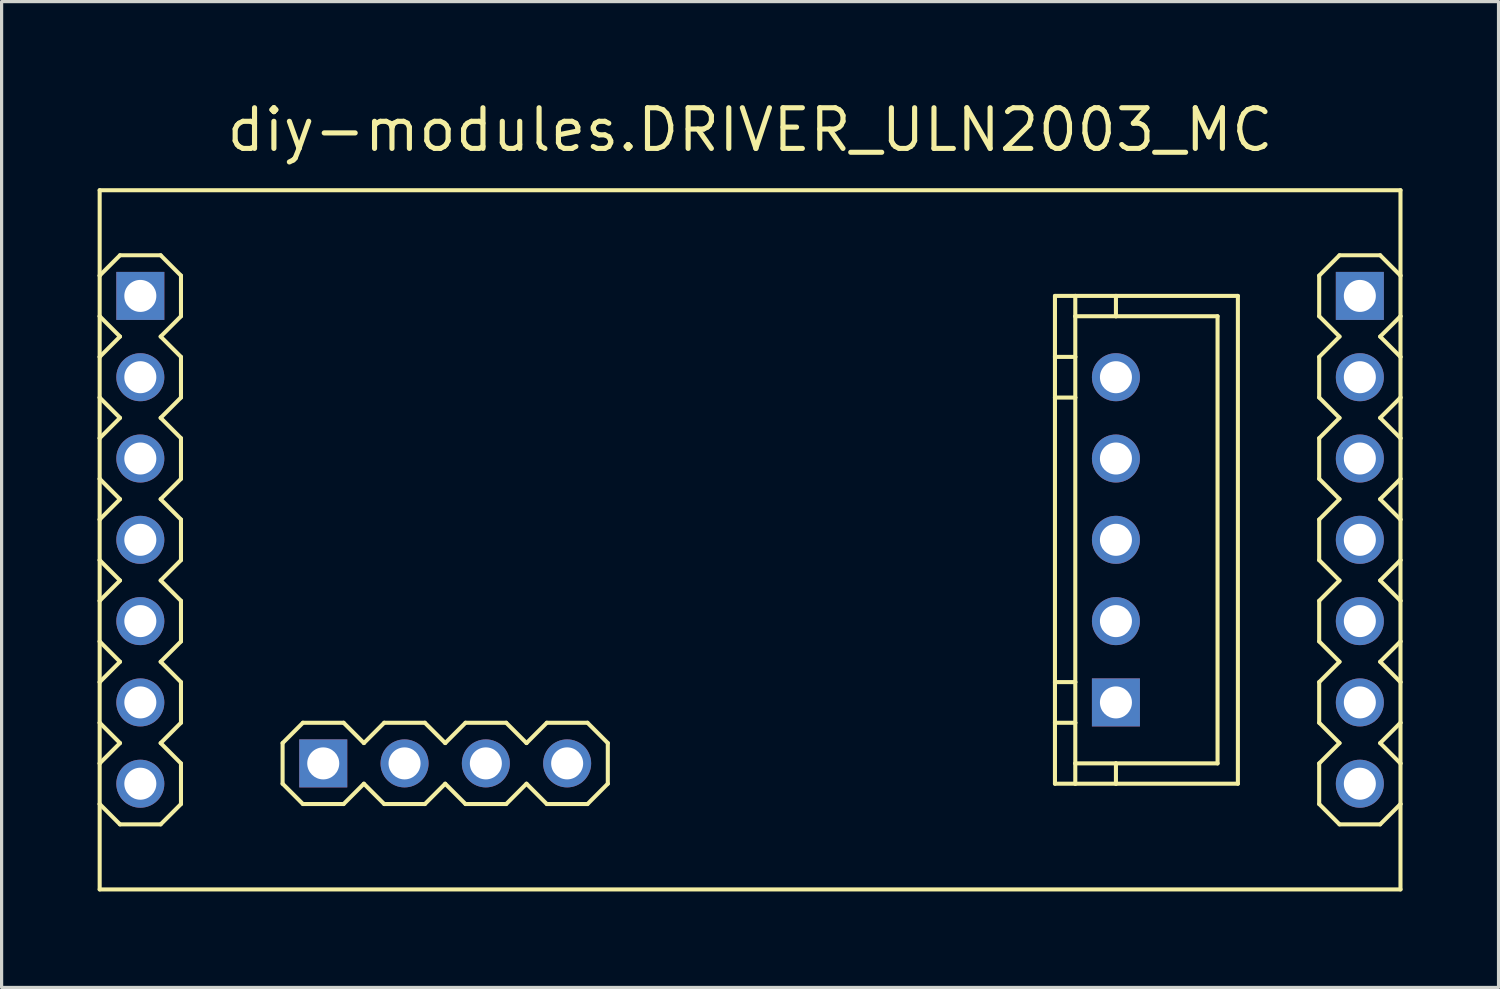
<source format=kicad_pcb>
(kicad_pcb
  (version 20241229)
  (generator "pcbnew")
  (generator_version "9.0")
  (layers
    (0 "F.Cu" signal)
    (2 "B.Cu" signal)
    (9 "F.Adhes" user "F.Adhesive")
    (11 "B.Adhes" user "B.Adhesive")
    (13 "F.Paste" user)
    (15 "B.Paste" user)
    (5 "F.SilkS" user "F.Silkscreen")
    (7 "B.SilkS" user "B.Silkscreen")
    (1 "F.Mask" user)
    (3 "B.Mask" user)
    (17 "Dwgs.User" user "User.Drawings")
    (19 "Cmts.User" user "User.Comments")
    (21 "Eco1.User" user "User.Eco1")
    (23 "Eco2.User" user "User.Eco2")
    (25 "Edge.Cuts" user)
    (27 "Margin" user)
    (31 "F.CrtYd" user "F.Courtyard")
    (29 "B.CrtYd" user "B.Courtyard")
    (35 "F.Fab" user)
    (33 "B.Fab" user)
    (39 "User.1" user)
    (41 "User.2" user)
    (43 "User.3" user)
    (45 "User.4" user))
  (footprint "diy-modules.DRIVER_ULN2003_MC"
    (layer "F.Cu")
    (at 20.384 13.815)
    (property "Reference" "diy-modules.DRIVER_ULN2003_MC" (at 0 -12.065 0) (layer "F.SilkS") (effects (font (size 1.27 1.27) (thickness 0.16)) (justify bottom)))
    (attr through_hole)
    (fp_line (start -20.32 -10.922) (end 20.32 -10.922) (stroke (width 0.127) (type default)) (layer "F.SilkS"))
    (fp_line (start -20.32 -8.255) (end -20.32 -10.922) (stroke (width 0.127) (type default)) (layer "F.SilkS"))
    (fp_line (start -20.32 -8.255) (end -19.685 -8.89) (stroke (width 0.127) (type default)) (layer "F.SilkS"))
    (fp_line (start -20.32 -6.985) (end -20.32 -8.255) (stroke (width 0.127) (type default)) (layer "F.SilkS"))
    (fp_line (start -20.32 -5.715) (end -20.32 -6.985) (stroke (width 0.127) (type default)) (layer "F.SilkS"))
    (fp_line (start -20.32 -5.715) (end -19.685 -6.35) (stroke (width 0.127) (type default)) (layer "F.SilkS"))
    (fp_line (start -20.32 -4.445) (end -20.32 -5.715) (stroke (width 0.127) (type default)) (layer "F.SilkS"))
    (fp_line (start -20.32 -3.175) (end -20.32 -4.445) (stroke (width 0.127) (type default)) (layer "F.SilkS"))
    (fp_line (start -20.32 -3.175) (end -19.685 -3.81) (stroke (width 0.127) (type default)) (layer "F.SilkS"))
    (fp_line (start -20.32 -1.905) (end -20.32 -3.175) (stroke (width 0.127) (type default)) (layer "F.SilkS"))
    (fp_line (start -20.32 -0.635) (end -20.32 -1.905) (stroke (width 0.127) (type default)) (layer "F.SilkS"))
    (fp_line (start -20.32 -0.635) (end -19.685 -1.27) (stroke (width 0.127) (type default)) (layer "F.SilkS"))
    (fp_line (start -20.32 0.635) (end -20.32 -0.635) (stroke (width 0.127) (type default)) (layer "F.SilkS"))
    (fp_line (start -20.32 1.905) (end -20.32 0.635) (stroke (width 0.127) (type default)) (layer "F.SilkS"))
    (fp_line (start -20.32 1.905) (end -19.685 1.27) (stroke (width 0.127) (type default)) (layer "F.SilkS"))
    (fp_line (start -20.32 3.175) (end -20.32 1.905) (stroke (width 0.127) (type default)) (layer "F.SilkS"))
    (fp_line (start -20.32 4.445) (end -20.32 3.175) (stroke (width 0.127) (type default)) (layer "F.SilkS"))
    (fp_line (start -20.32 4.445) (end -19.685 3.81) (stroke (width 0.127) (type default)) (layer "F.SilkS"))
    (fp_line (start -20.32 5.715) (end -20.32 4.445) (stroke (width 0.127) (type default)) (layer "F.SilkS"))
    (fp_line (start -20.32 6.985) (end -20.32 5.715) (stroke (width 0.127) (type default)) (layer "F.SilkS"))
    (fp_line (start -20.32 6.985) (end -19.685 6.35) (stroke (width 0.127) (type default)) (layer "F.SilkS"))
    (fp_line (start -20.32 8.255) (end -20.32 6.985) (stroke (width 0.127) (type default)) (layer "F.SilkS"))
    (fp_line (start -20.32 10.922) (end -20.32 8.255) (stroke (width 0.127) (type default)) (layer "F.SilkS"))
    (fp_line (start -19.685 -8.89) (end -18.415 -8.89) (stroke (width 0.127) (type default)) (layer "F.SilkS"))
    (fp_line (start -19.685 -6.35) (end -20.32 -6.985) (stroke (width 0.127) (type default)) (layer "F.SilkS"))
    (fp_line (start -19.685 -3.81) (end -20.32 -4.445) (stroke (width 0.127) (type default)) (layer "F.SilkS"))
    (fp_line (start -19.685 -1.27) (end -20.32 -1.905) (stroke (width 0.127) (type default)) (layer "F.SilkS"))
    (fp_line (start -19.685 1.27) (end -20.32 0.635) (stroke (width 0.127) (type default)) (layer "F.SilkS"))
    (fp_line (start -19.685 3.81) (end -20.32 3.175) (stroke (width 0.127) (type default)) (layer "F.SilkS"))
    (fp_line (start -19.685 6.35) (end -20.32 5.715) (stroke (width 0.127) (type default)) (layer "F.SilkS"))
    (fp_line (start -19.685 8.89) (end -20.32 8.255) (stroke (width 0.127) (type default)) (layer "F.SilkS"))
    (fp_line (start -18.415 -8.89) (end -17.78 -8.255) (stroke (width 0.127) (type default)) (layer "F.SilkS"))
    (fp_line (start -18.415 -6.35) (end -17.78 -5.715) (stroke (width 0.127) (type default)) (layer "F.SilkS"))
    (fp_line (start -18.415 -3.81) (end -17.78 -3.175) (stroke (width 0.127) (type default)) (layer "F.SilkS"))
    (fp_line (start -18.415 -1.27) (end -17.78 -0.635) (stroke (width 0.127) (type default)) (layer "F.SilkS"))
    (fp_line (start -18.415 1.27) (end -17.78 1.905) (stroke (width 0.127) (type default)) (layer "F.SilkS"))
    (fp_line (start -18.415 3.81) (end -17.78 4.445) (stroke (width 0.127) (type default)) (layer "F.SilkS"))
    (fp_line (start -18.415 6.35) (end -17.78 6.985) (stroke (width 0.127) (type default)) (layer "F.SilkS"))
    (fp_line (start -18.415 8.89) (end -19.685 8.89) (stroke (width 0.127) (type default)) (layer "F.SilkS"))
    (fp_line (start -17.78 -8.255) (end -17.78 -6.985) (stroke (width 0.127) (type default)) (layer "F.SilkS"))
    (fp_line (start -17.78 -6.985) (end -18.415 -6.35) (stroke (width 0.127) (type default)) (layer "F.SilkS"))
    (fp_line (start -17.78 -5.715) (end -17.78 -4.445) (stroke (width 0.127) (type default)) (layer "F.SilkS"))
    (fp_line (start -17.78 -4.445) (end -18.415 -3.81) (stroke (width 0.127) (type default)) (layer "F.SilkS"))
    (fp_line (start -17.78 -3.175) (end -17.78 -1.905) (stroke (width 0.127) (type default)) (layer "F.SilkS"))
    (fp_line (start -17.78 -1.905) (end -18.415 -1.27) (stroke (width 0.127) (type default)) (layer "F.SilkS"))
    (fp_line (start -17.78 -0.635) (end -17.78 0.635) (stroke (width 0.127) (type default)) (layer "F.SilkS"))
    (fp_line (start -17.78 0.635) (end -18.415 1.27) (stroke (width 0.127) (type default)) (layer "F.SilkS"))
    (fp_line (start -17.78 1.905) (end -17.78 3.175) (stroke (width 0.127) (type default)) (layer "F.SilkS"))
    (fp_line (start -17.78 3.175) (end -18.415 3.81) (stroke (width 0.127) (type default)) (layer "F.SilkS"))
    (fp_line (start -17.78 4.445) (end -17.78 5.715) (stroke (width 0.127) (type default)) (layer "F.SilkS"))
    (fp_line (start -17.78 5.715) (end -18.415 6.35) (stroke (width 0.127) (type default)) (layer "F.SilkS"))
    (fp_line (start -17.78 6.985) (end -17.78 8.255) (stroke (width 0.127) (type default)) (layer "F.SilkS"))
    (fp_line (start -17.78 8.255) (end -18.415 8.89) (stroke (width 0.127) (type default)) (layer "F.SilkS"))
    (fp_line (start -14.605 6.35) (end -13.97 5.715) (stroke (width 0.127) (type default)) (layer "F.SilkS"))
    (fp_line (start -14.605 7.62) (end -14.605 6.35) (stroke (width 0.127) (type default)) (layer "F.SilkS"))
    (fp_line (start -13.97 5.715) (end -12.7 5.715) (stroke (width 0.127) (type default)) (layer "F.SilkS"))
    (fp_line (start -13.97 8.255) (end -14.605 7.62) (stroke (width 0.127) (type default)) (layer "F.SilkS"))
    (fp_line (start -12.7 5.715) (end -12.065 6.35) (stroke (width 0.127) (type default)) (layer "F.SilkS"))
    (fp_line (start -12.7 8.255) (end -13.97 8.255) (stroke (width 0.127) (type default)) (layer "F.SilkS"))
    (fp_line (start -12.065 6.35) (end -11.43 5.715) (stroke (width 0.127) (type default)) (layer "F.SilkS"))
    (fp_line (start -12.065 7.62) (end -12.7 8.255) (stroke (width 0.127) (type default)) (layer "F.SilkS"))
    (fp_line (start -11.43 5.715) (end -10.16 5.715) (stroke (width 0.127) (type default)) (layer "F.SilkS"))
    (fp_line (start -11.43 8.255) (end -12.065 7.62) (stroke (width 0.127) (type default)) (layer "F.SilkS"))
    (fp_line (start -10.16 5.715) (end -9.525 6.35) (stroke (width 0.127) (type default)) (layer "F.SilkS"))
    (fp_line (start -10.16 8.255) (end -11.43 8.255) (stroke (width 0.127) (type default)) (layer "F.SilkS"))
    (fp_line (start -9.525 6.35) (end -8.89 5.715) (stroke (width 0.127) (type default)) (layer "F.SilkS"))
    (fp_line (start -9.525 7.62) (end -10.16 8.255) (stroke (width 0.127) (type default)) (layer "F.SilkS"))
    (fp_line (start -8.89 5.715) (end -7.62 5.715) (stroke (width 0.127) (type default)) (layer "F.SilkS"))
    (fp_line (start -8.89 8.255) (end -9.525 7.62) (stroke (width 0.127) (type default)) (layer "F.SilkS"))
    (fp_line (start -7.62 5.715) (end -6.985 6.35) (stroke (width 0.127) (type default)) (layer "F.SilkS"))
    (fp_line (start -7.62 8.255) (end -8.89 8.255) (stroke (width 0.127) (type default)) (layer "F.SilkS"))
    (fp_line (start -6.985 6.35) (end -6.35 5.715) (stroke (width 0.127) (type default)) (layer "F.SilkS"))
    (fp_line (start -6.985 7.62) (end -7.62 8.255) (stroke (width 0.127) (type default)) (layer "F.SilkS"))
    (fp_line (start -6.35 5.715) (end -5.08 5.715) (stroke (width 0.127) (type default)) (layer "F.SilkS"))
    (fp_line (start -6.35 8.255) (end -6.985 7.62) (stroke (width 0.127) (type default)) (layer "F.SilkS"))
    (fp_line (start -5.08 5.715) (end -4.445 6.35) (stroke (width 0.127) (type default)) (layer "F.SilkS"))
    (fp_line (start -5.08 8.255) (end -6.35 8.255) (stroke (width 0.127) (type default)) (layer "F.SilkS"))
    (fp_line (start -4.445 6.35) (end -4.445 7.62) (stroke (width 0.127) (type default)) (layer "F.SilkS"))
    (fp_line (start -4.445 7.62) (end -5.08 8.255) (stroke (width 0.127) (type default)) (layer "F.SilkS"))
    (fp_line (start 9.525 -7.62) (end 9.525 -5.715) (stroke (width 0.127) (type default)) (layer "F.SilkS"))
    (fp_line (start 9.525 -5.715) (end 9.525 -4.445) (stroke (width 0.127) (type default)) (layer "F.SilkS"))
    (fp_line (start 9.525 -4.445) (end 9.525 4.445) (stroke (width 0.127) (type default)) (layer "F.SilkS"))
    (fp_line (start 9.525 4.445) (end 9.525 5.715) (stroke (width 0.127) (type default)) (layer "F.SilkS"))
    (fp_line (start 9.525 5.715) (end 9.525 7.62) (stroke (width 0.127) (type default)) (layer "F.SilkS"))
    (fp_line (start 9.525 7.62) (end 10.16 7.62) (stroke (width 0.127) (type default)) (layer "F.SilkS"))
    (fp_line (start 10.16 -7.62) (end 9.525 -7.62) (stroke (width 0.127) (type default)) (layer "F.SilkS"))
    (fp_line (start 10.16 -6.985) (end 10.16 -7.62) (stroke (width 0.127) (type default)) (layer "F.SilkS"))
    (fp_line (start 10.16 -6.985) (end 11.43 -6.985) (stroke (width 0.127) (type default)) (layer "F.SilkS"))
    (fp_line (start 10.16 -5.715) (end 9.525 -5.715) (stroke (width 0.127) (type default)) (layer "F.SilkS"))
    (fp_line (start 10.16 -5.715) (end 10.16 -6.985) (stroke (width 0.127) (type default)) (layer "F.SilkS"))
    (fp_line (start 10.16 -4.445) (end 9.525 -4.445) (stroke (width 0.127) (type default)) (layer "F.SilkS"))
    (fp_line (start 10.16 -4.445) (end 10.16 -5.715) (stroke (width 0.127) (type default)) (layer "F.SilkS"))
    (fp_line (start 10.16 4.445) (end 9.525 4.445) (stroke (width 0.127) (type default)) (layer "F.SilkS"))
    (fp_line (start 10.16 4.445) (end 10.16 -4.445) (stroke (width 0.127) (type default)) (layer "F.SilkS"))
    (fp_line (start 10.16 5.715) (end 9.525 5.715) (stroke (width 0.127) (type default)) (layer "F.SilkS"))
    (fp_line (start 10.16 5.715) (end 10.16 4.445) (stroke (width 0.127) (type default)) (layer "F.SilkS"))
    (fp_line (start 10.16 6.985) (end 10.16 5.715) (stroke (width 0.127) (type default)) (layer "F.SilkS"))
    (fp_line (start 10.16 6.985) (end 10.16 7.62) (stroke (width 0.127) (type default)) (layer "F.SilkS"))
    (fp_line (start 10.16 7.62) (end 11.43 7.62) (stroke (width 0.127) (type default)) (layer "F.SilkS"))
    (fp_line (start 11.43 -7.62) (end 10.16 -7.62) (stroke (width 0.127) (type default)) (layer "F.SilkS"))
    (fp_line (start 11.43 -6.985) (end 11.43 -7.62) (stroke (width 0.127) (type default)) (layer "F.SilkS"))
    (fp_line (start 11.43 -6.985) (end 14.605 -6.985) (stroke (width 0.127) (type default)) (layer "F.SilkS"))
    (fp_line (start 11.43 6.985) (end 10.16 6.985) (stroke (width 0.127) (type default)) (layer "F.SilkS"))
    (fp_line (start 11.43 6.985) (end 11.43 7.62) (stroke (width 0.127) (type default)) (layer "F.SilkS"))
    (fp_line (start 11.43 7.62) (end 15.24 7.62) (stroke (width 0.127) (type default)) (layer "F.SilkS"))
    (fp_line (start 14.605 -6.985) (end 14.605 6.985) (stroke (width 0.127) (type default)) (layer "F.SilkS"))
    (fp_line (start 14.605 6.985) (end 11.43 6.985) (stroke (width 0.127) (type default)) (layer "F.SilkS"))
    (fp_line (start 15.24 -7.62) (end 11.43 -7.62) (stroke (width 0.127) (type default)) (layer "F.SilkS"))
    (fp_line (start 15.24 7.62) (end 15.24 -7.62) (stroke (width 0.127) (type default)) (layer "F.SilkS"))
    (fp_line (start 17.78 -8.255) (end 18.415 -8.89) (stroke (width 0.127) (type default)) (layer "F.SilkS"))
    (fp_line (start 17.78 -6.985) (end 17.78 -8.255) (stroke (width 0.127) (type default)) (layer "F.SilkS"))
    (fp_line (start 17.78 -5.715) (end 18.415 -6.35) (stroke (width 0.127) (type default)) (layer "F.SilkS"))
    (fp_line (start 17.78 -4.445) (end 17.78 -5.715) (stroke (width 0.127) (type default)) (layer "F.SilkS"))
    (fp_line (start 17.78 -3.175) (end 18.415 -3.81) (stroke (width 0.127) (type default)) (layer "F.SilkS"))
    (fp_line (start 17.78 -1.905) (end 17.78 -3.175) (stroke (width 0.127) (type default)) (layer "F.SilkS"))
    (fp_line (start 17.78 -0.635) (end 18.415 -1.27) (stroke (width 0.127) (type default)) (layer "F.SilkS"))
    (fp_line (start 17.78 0.635) (end 17.78 -0.635) (stroke (width 0.127) (type default)) (layer "F.SilkS"))
    (fp_line (start 17.78 1.905) (end 18.415 1.27) (stroke (width 0.127) (type default)) (layer "F.SilkS"))
    (fp_line (start 17.78 3.175) (end 17.78 1.905) (stroke (width 0.127) (type default)) (layer "F.SilkS"))
    (fp_line (start 17.78 4.445) (end 18.415 3.81) (stroke (width 0.127) (type default)) (layer "F.SilkS"))
    (fp_line (start 17.78 5.715) (end 17.78 4.445) (stroke (width 0.127) (type default)) (layer "F.SilkS"))
    (fp_line (start 17.78 6.985) (end 18.415 6.35) (stroke (width 0.127) (type default)) (layer "F.SilkS"))
    (fp_line (start 17.78 8.255) (end 17.78 6.985) (stroke (width 0.127) (type default)) (layer "F.SilkS"))
    (fp_line (start 18.415 -8.89) (end 19.685 -8.89) (stroke (width 0.127) (type default)) (layer "F.SilkS"))
    (fp_line (start 18.415 -6.35) (end 17.78 -6.985) (stroke (width 0.127) (type default)) (layer "F.SilkS"))
    (fp_line (start 18.415 -3.81) (end 17.78 -4.445) (stroke (width 0.127) (type default)) (layer "F.SilkS"))
    (fp_line (start 18.415 -1.27) (end 17.78 -1.905) (stroke (width 0.127) (type default)) (layer "F.SilkS"))
    (fp_line (start 18.415 1.27) (end 17.78 0.635) (stroke (width 0.127) (type default)) (layer "F.SilkS"))
    (fp_line (start 18.415 3.81) (end 17.78 3.175) (stroke (width 0.127) (type default)) (layer "F.SilkS"))
    (fp_line (start 18.415 6.35) (end 17.78 5.715) (stroke (width 0.127) (type default)) (layer "F.SilkS"))
    (fp_line (start 18.415 8.89) (end 17.78 8.255) (stroke (width 0.127) (type default)) (layer "F.SilkS"))
    (fp_line (start 19.685 -8.89) (end 20.32 -8.255) (stroke (width 0.127) (type default)) (layer "F.SilkS"))
    (fp_line (start 19.685 -6.35) (end 20.32 -5.715) (stroke (width 0.127) (type default)) (layer "F.SilkS"))
    (fp_line (start 19.685 -3.81) (end 20.32 -3.175) (stroke (width 0.127) (type default)) (layer "F.SilkS"))
    (fp_line (start 19.685 -1.27) (end 20.32 -0.635) (stroke (width 0.127) (type default)) (layer "F.SilkS"))
    (fp_line (start 19.685 1.27) (end 20.32 1.905) (stroke (width 0.127) (type default)) (layer "F.SilkS"))
    (fp_line (start 19.685 3.81) (end 20.32 4.445) (stroke (width 0.127) (type default)) (layer "F.SilkS"))
    (fp_line (start 19.685 6.35) (end 20.32 6.985) (stroke (width 0.127) (type default)) (layer "F.SilkS"))
    (fp_line (start 19.685 8.89) (end 18.415 8.89) (stroke (width 0.127) (type default)) (layer "F.SilkS"))
    (fp_line (start 20.32 -10.922) (end 20.32 -8.255) (stroke (width 0.127) (type default)) (layer "F.SilkS"))
    (fp_line (start 20.32 -8.255) (end 20.32 -6.985) (stroke (width 0.127) (type default)) (layer "F.SilkS"))
    (fp_line (start 20.32 -6.985) (end 19.685 -6.35) (stroke (width 0.127) (type default)) (layer "F.SilkS"))
    (fp_line (start 20.32 -6.985) (end 20.32 -5.715) (stroke (width 0.127) (type default)) (layer "F.SilkS"))
    (fp_line (start 20.32 -5.715) (end 20.32 -4.445) (stroke (width 0.127) (type default)) (layer "F.SilkS"))
    (fp_line (start 20.32 -4.445) (end 19.685 -3.81) (stroke (width 0.127) (type default)) (layer "F.SilkS"))
    (fp_line (start 20.32 -4.445) (end 20.32 -3.175) (stroke (width 0.127) (type default)) (layer "F.SilkS"))
    (fp_line (start 20.32 -3.175) (end 20.32 -1.905) (stroke (width 0.127) (type default)) (layer "F.SilkS"))
    (fp_line (start 20.32 -1.905) (end 19.685 -1.27) (stroke (width 0.127) (type default)) (layer "F.SilkS"))
    (fp_line (start 20.32 -1.905) (end 20.32 -0.635) (stroke (width 0.127) (type default)) (layer "F.SilkS"))
    (fp_line (start 20.32 -0.635) (end 20.32 0.635) (stroke (width 0.127) (type default)) (layer "F.SilkS"))
    (fp_line (start 20.32 0.635) (end 19.685 1.27) (stroke (width 0.127) (type default)) (layer "F.SilkS"))
    (fp_line (start 20.32 0.635) (end 20.32 1.905) (stroke (width 0.127) (type default)) (layer "F.SilkS"))
    (fp_line (start 20.32 1.905) (end 20.32 3.175) (stroke (width 0.127) (type default)) (layer "F.SilkS"))
    (fp_line (start 20.32 3.175) (end 19.685 3.81) (stroke (width 0.127) (type default)) (layer "F.SilkS"))
    (fp_line (start 20.32 3.175) (end 20.32 4.445) (stroke (width 0.127) (type default)) (layer "F.SilkS"))
    (fp_line (start 20.32 4.445) (end 20.32 5.715) (stroke (width 0.127) (type default)) (layer "F.SilkS"))
    (fp_line (start 20.32 5.715) (end 19.685 6.35) (stroke (width 0.127) (type default)) (layer "F.SilkS"))
    (fp_line (start 20.32 5.715) (end 20.32 6.985) (stroke (width 0.127) (type default)) (layer "F.SilkS"))
    (fp_line (start 20.32 6.985) (end 20.32 8.255) (stroke (width 0.127) (type default)) (layer "F.SilkS"))
    (fp_line (start 20.32 8.255) (end 19.685 8.89) (stroke (width 0.127) (type default)) (layer "F.SilkS"))
    (fp_line (start 20.32 8.255) (end 20.32 10.922) (stroke (width 0.127) (type default)) (layer "F.SilkS"))
    (fp_line (start 20.32 10.922) (end -20.32 10.922) (stroke (width 0.127) (type default)) (layer "F.SilkS"))
    (pad "J1.1" thru_hole rect (at -19.05 -7.62) (size 1.5 1.5) (drill 1) (layers "*.Cu" "*.Mask"))
    (pad "J1.2" thru_hole circle (at -19.05 -5.08) (size 1.5 1.5) (drill 1) (layers "*.Cu" "*.Mask"))
    (pad "J1.3" thru_hole circle (at -19.05 -2.54) (size 1.5 1.5) (drill 1) (layers "*.Cu" "*.Mask"))
    (pad "J1.4" thru_hole circle (at -19.05 0) (size 1.5 1.5) (drill 1) (layers "*.Cu" "*.Mask"))
    (pad "J1.5" thru_hole circle (at -19.05 2.54) (size 1.5 1.5) (drill 1) (layers "*.Cu" "*.Mask"))
    (pad "J1.6" thru_hole circle (at -19.05 5.08) (size 1.5 1.5) (drill 1) (layers "*.Cu" "*.Mask"))
    (pad "J1.7" thru_hole circle (at -19.05 7.62) (size 1.5 1.5) (drill 1) (layers "*.Cu" "*.Mask"))
    (pad "J2.1" thru_hole rect (at 19.05 -7.62) (size 1.5 1.5) (drill 1) (layers "*.Cu" "*.Mask"))
    (pad "J2.2" thru_hole circle (at 19.05 -5.08) (size 1.5 1.5) (drill 1) (layers "*.Cu" "*.Mask"))
    (pad "J2.3" thru_hole circle (at 19.05 -2.54) (size 1.5 1.5) (drill 1) (layers "*.Cu" "*.Mask"))
    (pad "J2.4" thru_hole circle (at 19.05 0) (size 1.5 1.5) (drill 1) (layers "*.Cu" "*.Mask"))
    (pad "J2.5" thru_hole circle (at 19.05 2.54) (size 1.5 1.5) (drill 1) (layers "*.Cu" "*.Mask"))
    (pad "J2.6" thru_hole circle (at 19.05 5.08) (size 1.5 1.5) (drill 1) (layers "*.Cu" "*.Mask"))
    (pad "J2.7" thru_hole circle (at 19.05 7.62) (size 1.5 1.5) (drill 1) (layers "*.Cu" "*.Mask"))
    (pad "J3.1" thru_hole rect (at -13.335 6.985) (size 1.5 1.5) (drill 1) (layers "*.Cu" "*.Mask"))
    (pad "J3.2" thru_hole circle (at -10.795 6.985) (size 1.5 1.5) (drill 1) (layers "*.Cu" "*.Mask"))
    (pad "J3.3" thru_hole circle (at -8.255 6.985) (size 1.5 1.5) (drill 1) (layers "*.Cu" "*.Mask"))
    (pad "J3.4" thru_hole circle (at -5.715 6.985) (size 1.5 1.5) (drill 1) (layers "*.Cu" "*.Mask"))
    (pad "P3.1" thru_hole rect (at 11.43 5.08) (size 1.5 1.5) (drill 1) (layers "*.Cu" "*.Mask"))
    (pad "P3.2" thru_hole circle (at 11.43 2.54) (size 1.5 1.5) (drill 1) (layers "*.Cu" "*.Mask"))
    (pad "P3.3" thru_hole circle (at 11.43 0) (size 1.5 1.5) (drill 1) (layers "*.Cu" "*.Mask"))
    (pad "P3.4" thru_hole circle (at 11.43 -2.54) (size 1.5 1.5) (drill 1) (layers "*.Cu" "*.Mask"))
    (pad "P3.5" thru_hole circle (at 11.43 -5.08) (size 1.5 1.5) (drill 1) (layers "*.Cu" "*.Mask")))
  (gr_rect
    (start -3 -3)
    (end 43.767 27.8)
    (stroke (width 0.1) (type default))
    (fill no)
    (layer "Edge.Cuts")))
</source>
